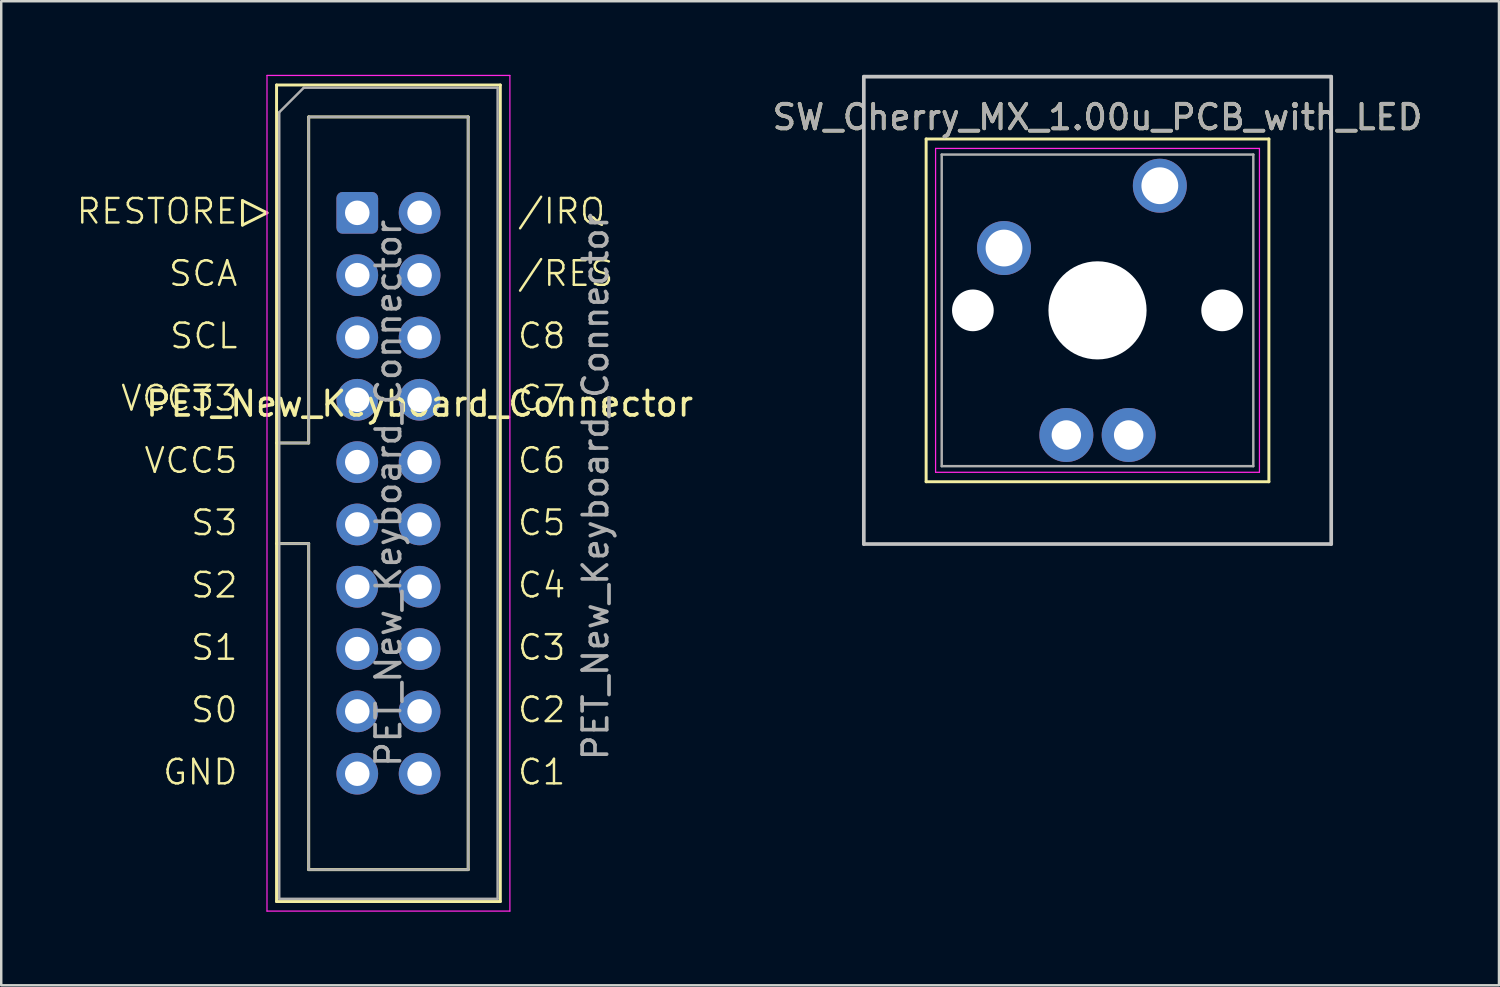
<source format=kicad_pcb>
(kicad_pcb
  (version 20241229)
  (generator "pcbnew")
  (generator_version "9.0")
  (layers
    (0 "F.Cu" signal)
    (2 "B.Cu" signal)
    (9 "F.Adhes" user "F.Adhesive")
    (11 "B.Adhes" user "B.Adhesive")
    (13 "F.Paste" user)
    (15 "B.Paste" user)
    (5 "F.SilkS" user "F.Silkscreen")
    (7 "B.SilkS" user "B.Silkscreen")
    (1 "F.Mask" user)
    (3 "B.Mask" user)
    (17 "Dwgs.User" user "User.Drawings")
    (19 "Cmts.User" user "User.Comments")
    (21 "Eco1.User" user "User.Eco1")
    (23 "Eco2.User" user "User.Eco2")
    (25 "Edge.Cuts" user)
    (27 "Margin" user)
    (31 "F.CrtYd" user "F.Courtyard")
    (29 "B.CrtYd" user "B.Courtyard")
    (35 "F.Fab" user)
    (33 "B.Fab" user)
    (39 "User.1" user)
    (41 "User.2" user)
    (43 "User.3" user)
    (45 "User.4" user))
  (footprint "SW_Cherry_MX_1.00u_PCB_with_LED"
    (layer "F.Cu")
    (at 44.223 4.52)
    (property "Reference" "SW_Cherry_MX_1.00u_PCB_with_LED" (at -2.54 -2.794 0) (layer "F.SilkS") (effects (font (size 1 1) (thickness 0.15))))
    (attr through_hole)
    (fp_line (start -9.525 -1.905) (end 4.445 -1.905) (stroke (width 0.12) (type solid)) (layer "F.SilkS"))
    (fp_line (start -9.525 12.065) (end -9.525 -1.905) (stroke (width 0.12) (type solid)) (layer "F.SilkS"))
    (fp_line (start 4.445 -1.905) (end 4.445 12.065) (stroke (width 0.12) (type solid)) (layer "F.SilkS"))
    (fp_line (start 4.445 12.065) (end -9.525 12.065) (stroke (width 0.12) (type solid)) (layer "F.SilkS"))
    (fp_line (start -12.065 -4.445) (end 6.985 -4.445) (stroke (width 0.15) (type solid)) (layer "Dwgs.User"))
    (fp_line (start -12.065 14.605) (end -12.065 -4.445) (stroke (width 0.15) (type solid)) (layer "Dwgs.User"))
    (fp_line (start 6.985 -4.445) (end 6.985 14.605) (stroke (width 0.15) (type solid)) (layer "Dwgs.User"))
    (fp_line (start 6.985 14.605) (end -12.065 14.605) (stroke (width 0.15) (type solid)) (layer "Dwgs.User"))
    (fp_line (start -9.14 -1.52) (end 4.06 -1.52) (stroke (width 0.05) (type solid)) (layer "F.CrtYd"))
    (fp_line (start -9.14 11.68) (end -9.14 -1.52) (stroke (width 0.05) (type solid)) (layer "F.CrtYd"))
    (fp_line (start 4.06 -1.52) (end 4.06 11.68) (stroke (width 0.05) (type solid)) (layer "F.CrtYd"))
    (fp_line (start 4.06 11.68) (end -9.14 11.68) (stroke (width 0.05) (type solid)) (layer "F.CrtYd"))
    (fp_line (start -8.89 -1.27) (end 3.81 -1.27) (stroke (width 0.1) (type solid)) (layer "F.Fab"))
    (fp_line (start -8.89 11.43) (end -8.89 -1.27) (stroke (width 0.1) (type solid)) (layer "F.Fab"))
    (fp_line (start 3.81 -1.27) (end 3.81 11.43) (stroke (width 0.1) (type solid)) (layer "F.Fab"))
    (fp_line (start 3.81 11.43) (end -8.89 11.43) (stroke (width 0.1) (type solid)) (layer "F.Fab"))
    (fp_text user "${REFERENCE}" (at -2.54 -2.794 0) (layer "F.Fab") (effects (font (size 1 1) (thickness 0.15))))
    (pad "" np_thru_hole circle (at -7.62 5.08) (size 1.7 1.7) (drill 1.7) (layers "*.Cu" "*.Mask"))
    (pad "" np_thru_hole circle (at -2.54 5.08) (size 4 4) (drill 4) (layers "*.Cu" "*.Mask"))
    (pad "" np_thru_hole circle (at 2.54 5.08) (size 1.7 1.7) (drill 1.7) (layers "*.Cu" "*.Mask"))
    (pad "1" thru_hole circle (at 0 0) (size 2.2 2.2) (drill 1.5) (layers "*.Cu" "*.Mask"))
    (pad "2" thru_hole circle (at -6.35 2.54) (size 2.2 2.2) (drill 1.5) (layers "*.Cu" "*.Mask"))
    (pad "3" thru_hole circle (at -3.81 10.16) (size 2.2 2.2) (drill 1.2) (layers "*.Cu" "*.Mask"))
    (pad "4" thru_hole circle (at -1.27 10.16) (size 2.2 2.2) (drill 1.2) (layers "*.Cu" "*.Mask")))
  (footprint "PET_New_Keyboard_Connector"
    (layer "F.Cu")
    (at 14.052 15.785)
    (property "Reference" "PET_New_Keyboard_Connector" (at 0 -2.38 0) (layer "F.SilkS") (effects (font (size 1 1) (thickness 0.15))))
    (attr through_hole)
    (fp_line (start -7.22 -10.66) (end -7.22 -9.66) (stroke (width 0.12) (type solid)) (layer "F.SilkS"))
    (fp_line (start -7.22 -9.66) (end -6.22 -10.16) (stroke (width 0.12) (type solid)) (layer "F.SilkS"))
    (fp_line (start -6.22 -10.16) (end -7.22 -10.66) (stroke (width 0.12) (type solid)) (layer "F.SilkS"))
    (fp_line (start -5.83 -15.37) (end 3.29 -15.37) (stroke (width 0.12) (type solid)) (layer "F.SilkS"))
    (fp_line (start -5.83 -0.78) (end -4.52 -0.78) (stroke (width 0.12) (type solid)) (layer "F.SilkS"))
    (fp_line (start -5.83 17.91) (end -5.83 -15.37) (stroke (width 0.12) (type solid)) (layer "F.SilkS"))
    (fp_line (start -4.52 -14.07) (end 1.98 -14.07) (stroke (width 0.12) (type solid)) (layer "F.SilkS"))
    (fp_line (start -4.52 -0.78) (end -4.52 -14.07) (stroke (width 0.12) (type solid)) (layer "F.SilkS"))
    (fp_line (start -4.52 3.32) (end -5.83 3.32) (stroke (width 0.12) (type solid)) (layer "F.SilkS"))
    (fp_line (start -4.52 16.61) (end -4.52 3.32) (stroke (width 0.12) (type solid)) (layer "F.SilkS"))
    (fp_line (start 1.98 -14.07) (end 1.98 16.61) (stroke (width 0.12) (type solid)) (layer "F.SilkS"))
    (fp_line (start 1.98 16.61) (end -4.52 16.61) (stroke (width 0.12) (type solid)) (layer "F.SilkS"))
    (fp_line (start 3.29 -15.37) (end 3.29 17.91) (stroke (width 0.12) (type solid)) (layer "F.SilkS"))
    (fp_line (start 3.29 17.91) (end -5.83 17.91) (stroke (width 0.12) (type solid)) (layer "F.SilkS"))
    (fp_line (start -6.22 -15.76) (end -6.22 18.3) (stroke (width 0.05) (type solid)) (layer "F.CrtYd"))
    (fp_line (start -6.22 18.3) (end 3.68 18.3) (stroke (width 0.05) (type solid)) (layer "F.CrtYd"))
    (fp_line (start 3.68 -15.76) (end -6.22 -15.76) (stroke (width 0.05) (type solid)) (layer "F.CrtYd"))
    (fp_line (start 3.68 18.3) (end 3.68 -15.76) (stroke (width 0.05) (type solid)) (layer "F.CrtYd"))
    (fp_line (start -5.72 -14.26) (end -4.72 -15.26) (stroke (width 0.1) (type solid)) (layer "F.Fab"))
    (fp_line (start -5.72 -0.78) (end -4.52 -0.78) (stroke (width 0.1) (type solid)) (layer "F.Fab"))
    (fp_line (start -5.72 17.8) (end -5.72 -14.26) (stroke (width 0.1) (type solid)) (layer "F.Fab"))
    (fp_line (start -4.72 -15.26) (end 3.18 -15.26) (stroke (width 0.1) (type solid)) (layer "F.Fab"))
    (fp_line (start -4.52 -14.07) (end 1.98 -14.07) (stroke (width 0.1) (type solid)) (layer "F.Fab"))
    (fp_line (start -4.52 -0.78) (end -4.52 -14.07) (stroke (width 0.1) (type solid)) (layer "F.Fab"))
    (fp_line (start -4.52 3.32) (end -5.72 3.32) (stroke (width 0.1) (type solid)) (layer "F.Fab"))
    (fp_line (start -4.52 16.61) (end -4.52 3.32) (stroke (width 0.1) (type solid)) (layer "F.Fab"))
    (fp_line (start 1.98 -14.07) (end 1.98 16.61) (stroke (width 0.1) (type solid)) (layer "F.Fab"))
    (fp_line (start 1.98 16.61) (end -4.52 16.61) (stroke (width 0.1) (type solid)) (layer "F.Fab"))
    (fp_line (start 3.18 -15.26) (end 3.18 17.8) (stroke (width 0.1) (type solid)) (layer "F.Fab"))
    (fp_line (start 3.18 17.8) (end -5.72 17.8) (stroke (width 0.1) (type solid)) (layer "F.Fab"))
    (fp_text user "C7" (at 3.935 -2.02 0) (unlocked yes) (layer "F.SilkS") (effects (font (size 1 1) (thickness 0.1)) (justify left bottom)))
    (fp_text user "S1" (at -9.385 8.14 0) (unlocked yes) (layer "F.SilkS") (effects (font (size 1 1) (thickness 0.1)) (justify left bottom)))
    (fp_text user "/RES" (at 3.935 -7.1 0) (unlocked yes) (layer "F.SilkS") (effects (font (size 1 1) (thickness 0.1)) (justify left bottom)))
    (fp_text user "C6" (at 3.935 0.52 0) (unlocked yes) (layer "F.SilkS") (effects (font (size 1 1) (thickness 0.1)) (justify left bottom)))
    (fp_text user "S3" (at -9.385 3.06 0) (unlocked yes) (layer "F.SilkS") (effects (font (size 1 1) (thickness 0.1)) (justify left bottom)))
    (fp_text user "SCL" (at -10.242 -4.56 0) (unlocked yes) (layer "F.SilkS") (effects (font (size 1 1) (thickness 0.1)) (justify left bottom)))
    (fp_text user "C2" (at 3.935 10.68 0) (unlocked yes) (layer "F.SilkS") (effects (font (size 1 1) (thickness 0.1)) (justify left bottom)))
    (fp_text user "C5" (at 3.935 3.06 0) (unlocked yes) (layer "F.SilkS") (effects (font (size 1 1) (thickness 0.1)) (justify left bottom)))
    (fp_text user "SCA" (at -10.29 -7.1 0) (unlocked yes) (layer "F.SilkS") (effects (font (size 1 1) (thickness 0.1)) (justify left bottom)))
    (fp_text user "C4" (at 3.935 5.6 0) (unlocked yes) (layer "F.SilkS") (effects (font (size 1 1) (thickness 0.1)) (justify left bottom)))
    (fp_text user "VCC33" (at -12.242 -2.02 0) (unlocked yes) (layer "F.SilkS") (effects (font (size 1 1) (thickness 0.1)) (justify left bottom)))
    (fp_text user "RESTORE" (at -14.052 -9.64 0) (unlocked yes) (layer "F.SilkS") (effects (font (size 1 1) (thickness 0.1)) (justify left bottom)))
    (fp_text user "S2" (at -9.385 5.6 0) (unlocked yes) (layer "F.SilkS") (effects (font (size 1 1) (thickness 0.1)) (justify left bottom)))
    (fp_text user "S0" (at -9.385 10.68 0) (unlocked yes) (layer "F.SilkS") (effects (font (size 1 1) (thickness 0.1)) (justify left bottom)))
    (fp_text user "C8" (at 3.935 -4.56 0) (unlocked yes) (layer "F.SilkS") (effects (font (size 1 1) (thickness 0.1)) (justify left bottom)))
    (fp_text user "VCC5" (at -11.29 0.52 0) (unlocked yes) (layer "F.SilkS") (effects (font (size 1 1) (thickness 0.1)) (justify left bottom)))
    (fp_text user "C3" (at 3.935 8.14 0) (unlocked yes) (layer "F.SilkS") (effects (font (size 1 1) (thickness 0.1)) (justify left bottom)))
    (fp_text user "GND" (at -10.528 13.22 0) (unlocked yes) (layer "F.SilkS") (effects (font (size 1 1) (thickness 0.1)) (justify left bottom)))
    (fp_text user "/IRQ" (at 3.935 -9.64 0) (unlocked yes) (layer "F.SilkS") (effects (font (size 1 1) (thickness 0.1)) (justify left bottom)))
    (fp_text user "C1" (at 3.935 13.22 0) (unlocked yes) (layer "F.SilkS") (effects (font (size 1 1) (thickness 0.1)) (justify left bottom)))
    (fp_text user "${REFERENCE}" (at -1.27 1.27 90) (layer "F.Fab") (effects (font (size 1 1) (thickness 0.15))))
    (fp_text user "${REFERENCE}" (at 7.17 0.998 90) (layer "F.Fab") (effects (font (size 1 1) (thickness 0.15))))
    (pad "11" thru_hole circle (at 0 -10.16) (size 1.7 1.7) (drill 1) (layers "*.Cu" "*.Mask"))
    (pad "12" thru_hole circle (at 0 -7.62) (size 1.7 1.7) (drill 1) (layers "*.Cu" "*.Mask"))
    (pad "13" thru_hole circle (at 0 -5.08) (size 1.7 1.7) (drill 1) (layers "*.Cu" "*.Mask"))
    (pad "14" thru_hole circle (at 0 -2.54) (size 1.7 1.7) (drill 1) (layers "*.Cu" "*.Mask"))
    (pad "15" thru_hole circle (at 0 0) (size 1.7 1.7) (drill 1) (layers "*.Cu" "*.Mask"))
    (pad "16" thru_hole circle (at 0 2.54) (size 1.7 1.7) (drill 1) (layers "*.Cu" "*.Mask"))
    (pad "17" thru_hole circle (at 0 5.08) (size 1.7 1.7) (drill 1) (layers "*.Cu" "*.Mask"))
    (pad "18" thru_hole circle (at 0 7.62) (size 1.7 1.7) (drill 1) (layers "*.Cu" "*.Mask"))
    (pad "19" thru_hole circle (at 0 10.16) (size 1.7 1.7) (drill 1) (layers "*.Cu" "*.Mask"))
    (pad "20" thru_hole circle (at 0 12.7) (size 1.7 1.7) (drill 1) (layers "*.Cu" "*.Mask"))
    (pad "21" thru_hole circle (at -2.54 12.7) (size 1.7 1.7) (drill 1) (layers "*.Cu" "*.Mask"))
    (pad "22" thru_hole circle (at -2.54 10.16) (size 1.7 1.7) (drill 1) (layers "*.Cu" "*.Mask"))
    (pad "23" thru_hole circle (at -2.54 7.62) (size 1.7 1.7) (drill 1) (layers "*.Cu" "*.Mask"))
    (pad "24" thru_hole circle (at -2.54 5.08) (size 1.7 1.7) (drill 1) (layers "*.Cu" "*.Mask"))
    (pad "25" thru_hole circle (at -2.54 2.54) (size 1.7 1.7) (drill 1) (layers "*.Cu" "*.Mask"))
    (pad "26" thru_hole circle (at -2.54 0) (size 1.7 1.7) (drill 1) (layers "*.Cu" "*.Mask"))
    (pad "27" thru_hole circle (at -2.54 -2.54) (size 1.7 1.7) (drill 1) (layers "*.Cu" "*.Mask"))
    (pad "28" thru_hole circle (at -2.54 -5.08) (size 1.7 1.7) (drill 1) (layers "*.Cu" "*.Mask"))
    (pad "29" thru_hole circle (at -2.54 -7.62) (size 1.7 1.7) (drill 1) (layers "*.Cu" "*.Mask"))
    (pad "30" thru_hole roundrect (at -2.54 -10.16) (size 1.7 1.7) (drill 1) (layers "*.Cu" "*.Mask") (roundrect_rratio 0.147)))
  (gr_rect
    (start -3 -3)
    (end 58.046 37.11)
    (stroke (width 0.1) (type default))
    (fill no)
    (layer "Edge.Cuts")))
</source>
